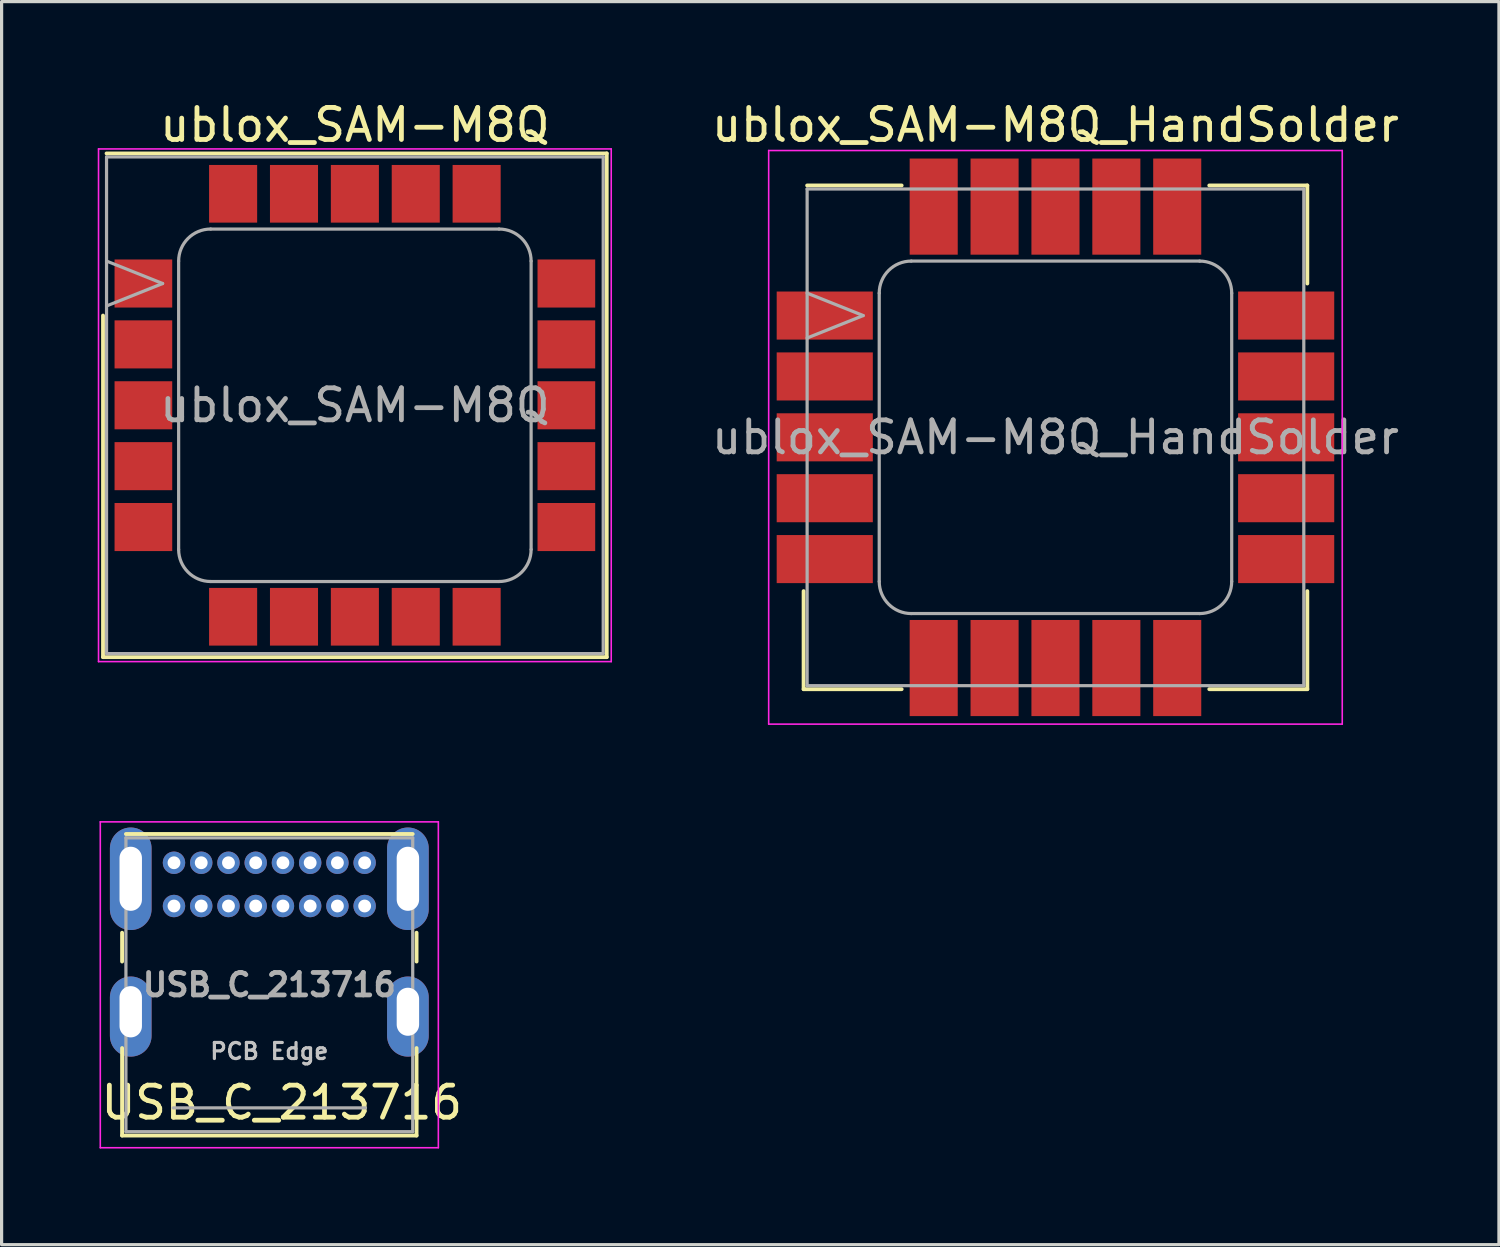
<source format=kicad_pcb>
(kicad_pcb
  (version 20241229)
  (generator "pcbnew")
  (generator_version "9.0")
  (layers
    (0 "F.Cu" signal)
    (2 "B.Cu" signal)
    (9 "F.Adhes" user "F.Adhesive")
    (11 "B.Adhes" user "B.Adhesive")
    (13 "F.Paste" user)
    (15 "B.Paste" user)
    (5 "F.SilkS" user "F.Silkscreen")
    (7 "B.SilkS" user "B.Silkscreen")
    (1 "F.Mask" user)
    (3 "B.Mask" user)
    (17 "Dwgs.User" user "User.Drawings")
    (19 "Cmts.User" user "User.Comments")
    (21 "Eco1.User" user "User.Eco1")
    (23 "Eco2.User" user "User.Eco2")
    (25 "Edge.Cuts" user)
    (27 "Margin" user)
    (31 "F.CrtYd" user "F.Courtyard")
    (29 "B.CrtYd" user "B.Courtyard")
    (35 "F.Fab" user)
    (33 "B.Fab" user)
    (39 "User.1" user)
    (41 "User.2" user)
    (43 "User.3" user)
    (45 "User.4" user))
  (footprint "ublox_SAM-M8Q_HandSolder"
    (layer "F.Cu")
    (at 29.889 10.598)
    (property "Reference" "ublox_SAM-M8Q_HandSolder" (at 0 -9.75 0) (layer "F.SilkS") (effects (font (size 1 1) (thickness 0.15))))
    (attr smd)
    (fp_line (start -7.86 4.8) (end -7.86 7.86) (stroke (width 0.12) (type solid)) (layer "F.SilkS"))
    (fp_line (start -7.86 7.86) (end -4.8 7.86) (stroke (width 0.12) (type solid)) (layer "F.SilkS"))
    (fp_line (start -7.75 -7.86) (end -4.8 -7.86) (stroke (width 0.12) (type solid)) (layer "F.SilkS"))
    (fp_line (start 4.8 -7.86) (end 7.86 -7.86) (stroke (width 0.12) (type solid)) (layer "F.SilkS"))
    (fp_line (start 4.8 7.86) (end 7.86 7.86) (stroke (width 0.12) (type solid)) (layer "F.SilkS"))
    (fp_line (start 7.86 -7.86) (end 7.86 -4.8) (stroke (width 0.12) (type solid)) (layer "F.SilkS"))
    (fp_line (start 7.86 4.8) (end 7.86 7.86) (stroke (width 0.12) (type solid)) (layer "F.SilkS"))
    (fp_line (start -8.95 -8.95) (end -8.95 8.95) (stroke (width 0.05) (type solid)) (layer "F.CrtYd"))
    (fp_line (start -8.95 8.95) (end 8.95 8.95) (stroke (width 0.05) (type solid)) (layer "F.CrtYd"))
    (fp_line (start 8.95 -8.95) (end -8.95 -8.95) (stroke (width 0.05) (type solid)) (layer "F.CrtYd"))
    (fp_line (start 8.95 8.95) (end 8.95 -8.95) (stroke (width 0.05) (type solid)) (layer "F.CrtYd"))
    (fp_line (start -7.75 -7.75) (end 7.75 -7.75) (stroke (width 0.1) (type solid)) (layer "F.Fab"))
    (fp_line (start -7.75 7.75) (end -7.75 -7.75) (stroke (width 0.1) (type solid)) (layer "F.Fab"))
    (fp_line (start -6 -3.8) (end -7.75 -4.5) (stroke (width 0.1) (type solid)) (layer "F.Fab"))
    (fp_line (start -6 -3.8) (end -7.75 -3.1) (stroke (width 0.1) (type solid)) (layer "F.Fab"))
    (fp_line (start -5.5 -4.5) (end -5.5 4.5) (stroke (width 0.1) (type solid)) (layer "F.Fab"))
    (fp_line (start -4.5 5.5) (end 4.5 5.5) (stroke (width 0.1) (type solid)) (layer "F.Fab"))
    (fp_line (start 4.5 -5.5) (end -4.5 -5.5) (stroke (width 0.1) (type solid)) (layer "F.Fab"))
    (fp_line (start 5.5 4.5) (end 5.5 -4.5) (stroke (width 0.1) (type solid)) (layer "F.Fab"))
    (fp_line (start 7.75 -7.75) (end 7.75 7.75) (stroke (width 0.1) (type solid)) (layer "F.Fab"))
    (fp_line (start 7.75 7.75) (end -7.75 7.75) (stroke (width 0.1) (type solid)) (layer "F.Fab"))
    (fp_arc (start -5.5 -4.5) (mid -5.207107 -5.207107) (end -4.5 -5.5) (stroke (width 0.1) (type solid)) (layer "F.Fab"))
    (fp_arc (start -4.5 5.5) (mid -5.207107 5.207107) (end -5.5 4.5) (stroke (width 0.1) (type solid)) (layer "F.Fab"))
    (fp_arc (start 4.5 -5.5) (mid 5.207107 -5.207107) (end 5.5 -4.5) (stroke (width 0.1) (type solid)) (layer "F.Fab"))
    (fp_arc (start 5.5 4.5) (mid 5.207107 5.207107) (end 4.5 5.5) (stroke (width 0.1) (type solid)) (layer "F.Fab"))
    (fp_text user "${REFERENCE}" (at 0 0 0) (layer "F.Fab") (effects (font (size 1 1) (thickness 0.15))))
    (pad "1" smd rect (at -7.2 -3.8) (size 3 1.5) (layers "F.Cu" "F.Mask" "F.Paste"))
    (pad "2" smd rect (at -7.2 -1.9) (size 3 1.5) (layers "F.Cu" "F.Mask" "F.Paste"))
    (pad "3" smd rect (at -7.2 0) (size 3 1.5) (layers "F.Cu" "F.Mask" "F.Paste"))
    (pad "4" smd rect (at -7.2 1.9) (size 3 1.5) (layers "F.Cu" "F.Mask" "F.Paste"))
    (pad "5" smd rect (at -7.2 3.8) (size 3 1.5) (layers "F.Cu" "F.Mask" "F.Paste"))
    (pad "6" smd rect (at -3.8 7.2) (size 1.5 3) (layers "F.Cu" "F.Mask" "F.Paste"))
    (pad "7" smd rect (at -1.9 7.2) (size 1.5 3) (layers "F.Cu" "F.Mask" "F.Paste"))
    (pad "8" smd rect (at 0 7.2) (size 1.5 3) (layers "F.Cu" "F.Mask" "F.Paste"))
    (pad "9" smd rect (at 1.9 7.2) (size 1.5 3) (layers "F.Cu" "F.Mask" "F.Paste"))
    (pad "10" smd rect (at 3.8 7.2) (size 1.5 3) (layers "F.Cu" "F.Mask" "F.Paste"))
    (pad "11" smd rect (at 7.2 3.8) (size 3 1.5) (layers "F.Cu" "F.Mask" "F.Paste"))
    (pad "12" smd rect (at 7.2 1.9) (size 3 1.5) (layers "F.Cu" "F.Mask" "F.Paste"))
    (pad "13" smd rect (at 7.2 0) (size 3 1.5) (layers "F.Cu" "F.Mask" "F.Paste"))
    (pad "14" smd rect (at 7.2 -1.9) (size 3 1.5) (layers "F.Cu" "F.Mask" "F.Paste"))
    (pad "15" smd rect (at 7.2 -3.8) (size 3 1.5) (layers "F.Cu" "F.Mask" "F.Paste"))
    (pad "16" smd rect (at 3.8 -7.2) (size 1.5 3) (layers "F.Cu" "F.Mask" "F.Paste"))
    (pad "17" smd rect (at 1.9 -7.2) (size 1.5 3) (layers "F.Cu" "F.Mask" "F.Paste"))
    (pad "18" smd rect (at 0 -7.2) (size 1.5 3) (layers "F.Cu" "F.Mask" "F.Paste"))
    (pad "19" smd rect (at -1.9 -7.2) (size 1.5 3) (layers "F.Cu" "F.Mask" "F.Paste"))
    (pad "20" smd rect (at -3.8 -7.2) (size 1.5 3) (layers "F.Cu" "F.Mask" "F.Paste")))
  (footprint "ublox_SAM-M8Q"
    (layer "F.Cu")
    (at 8.025 9.598)
    (property "Reference" "ublox_SAM-M8Q" (at 0 -8.75 0) (layer "F.SilkS") (effects (font (size 1 1) (thickness 0.15))))
    (attr smd)
    (fp_line (start -7.86 -2.8) (end -7.86 7.86) (stroke (width 0.12) (type solid)) (layer "F.SilkS"))
    (fp_line (start -7.86 7.86) (end 7.86 7.86) (stroke (width 0.12) (type solid)) (layer "F.SilkS"))
    (fp_line (start -7.75 -7.86) (end 7.86 -7.86) (stroke (width 0.12) (type solid)) (layer "F.SilkS"))
    (fp_line (start 7.86 -7.86) (end 7.86 7.86) (stroke (width 0.12) (type solid)) (layer "F.SilkS"))
    (fp_line (start -8 -8) (end -8 8) (stroke (width 0.05) (type solid)) (layer "F.CrtYd"))
    (fp_line (start -8 8) (end 8 8) (stroke (width 0.05) (type solid)) (layer "F.CrtYd"))
    (fp_line (start 8 -8) (end -8 -8) (stroke (width 0.05) (type solid)) (layer "F.CrtYd"))
    (fp_line (start 8 8) (end 8 -8) (stroke (width 0.05) (type solid)) (layer "F.CrtYd"))
    (fp_line (start -7.75 -7.75) (end -7.75 7.75) (stroke (width 0.1) (type solid)) (layer "F.Fab"))
    (fp_line (start -7.75 7.75) (end 7.75 7.75) (stroke (width 0.1) (type solid)) (layer "F.Fab"))
    (fp_line (start -6 -3.8) (end -7.75 -4.5) (stroke (width 0.1) (type solid)) (layer "F.Fab"))
    (fp_line (start -6 -3.8) (end -7.75 -3.1) (stroke (width 0.1) (type solid)) (layer "F.Fab"))
    (fp_line (start -5.5 -4.5) (end -5.5 4.5) (stroke (width 0.1) (type solid)) (layer "F.Fab"))
    (fp_line (start -4.5 5.5) (end 4.5 5.5) (stroke (width 0.1) (type solid)) (layer "F.Fab"))
    (fp_line (start 4.5 -5.5) (end -4.5 -5.5) (stroke (width 0.1) (type solid)) (layer "F.Fab"))
    (fp_line (start 5.5 4.5) (end 5.5 -4.5) (stroke (width 0.1) (type solid)) (layer "F.Fab"))
    (fp_line (start 7.75 -7.75) (end -7.75 -7.75) (stroke (width 0.1) (type solid)) (layer "F.Fab"))
    (fp_line (start 7.75 7.75) (end 7.75 -7.75) (stroke (width 0.1) (type solid)) (layer "F.Fab"))
    (fp_arc (start -5.5 -4.5) (mid -5.207107 -5.207107) (end -4.5 -5.5) (stroke (width 0.1) (type solid)) (layer "F.Fab"))
    (fp_arc (start -4.5 5.5) (mid -5.207107 5.207107) (end -5.5 4.5) (stroke (width 0.1) (type solid)) (layer "F.Fab"))
    (fp_arc (start 4.5 -5.5) (mid 5.207107 -5.207107) (end 5.5 -4.5) (stroke (width 0.1) (type solid)) (layer "F.Fab"))
    (fp_arc (start 5.5 4.5) (mid 5.207107 5.207107) (end 4.5 5.5) (stroke (width 0.1) (type solid)) (layer "F.Fab"))
    (fp_text user "${REFERENCE}" (at 0 0 0) (layer "F.Fab") (effects (font (size 1 1) (thickness 0.15))))
    (pad "" smd rect (at -7.1 -4.225) (size 0.72 0.58) (layers "F.Paste"))
    (pad "" smd rect (at -7.1 -3.375) (size 0.72 0.58) (layers "F.Paste"))
    (pad "" smd rect (at -7.1 -2.325) (size 0.72 0.58) (layers "F.Paste"))
    (pad "" smd rect (at -7.1 -1.475) (size 0.72 0.58) (layers "F.Paste"))
    (pad "" smd rect (at -7.1 -0.425) (size 0.72 0.58) (layers "F.Paste"))
    (pad "" smd rect (at -7.1 0.425) (size 0.72 0.58) (layers "F.Paste"))
    (pad "" smd rect (at -7.1 1.475) (size 0.72 0.58) (layers "F.Paste"))
    (pad "" smd rect (at -7.1 2.325) (size 0.72 0.58) (layers "F.Paste"))
    (pad "" smd rect (at -7.1 3.375) (size 0.72 0.58) (layers "F.Paste"))
    (pad "" smd rect (at -7.1 4.225) (size 0.72 0.58) (layers "F.Paste"))
    (pad "" smd rect (at -6.1 -4.225) (size 0.72 0.58) (layers "F.Paste"))
    (pad "" smd rect (at -6.1 -3.375) (size 0.72 0.58) (layers "F.Paste"))
    (pad "" smd rect (at -6.1 -2.325) (size 0.72 0.58) (layers "F.Paste"))
    (pad "" smd rect (at -6.1 -1.475) (size 0.72 0.58) (layers "F.Paste"))
    (pad "" smd rect (at -6.1 -0.425) (size 0.72 0.58) (layers "F.Paste"))
    (pad "" smd rect (at -6.1 0.425) (size 0.72 0.58) (layers "F.Paste"))
    (pad "" smd rect (at -6.1 1.475) (size 0.72 0.58) (layers "F.Paste"))
    (pad "" smd rect (at -6.1 2.325) (size 0.72 0.58) (layers "F.Paste"))
    (pad "" smd rect (at -6.1 3.375) (size 0.72 0.58) (layers "F.Paste"))
    (pad "" smd rect (at -6.1 4.225) (size 0.72 0.58) (layers "F.Paste"))
    (pad "" smd rect (at -4.225 -7.1) (size 0.58 0.72) (layers "F.Paste"))
    (pad "" smd rect (at -4.225 -6.1) (size 0.58 0.72) (layers "F.Paste"))
    (pad "" smd rect (at -4.225 6.1) (size 0.58 0.72) (layers "F.Paste"))
    (pad "" smd rect (at -4.225 7.1) (size 0.58 0.72) (layers "F.Paste"))
    (pad "" smd rect (at -3.375 -7.1) (size 0.58 0.72) (layers "F.Paste"))
    (pad "" smd rect (at -3.375 -6.1) (size 0.58 0.72) (layers "F.Paste"))
    (pad "" smd rect (at -3.375 6.1) (size 0.58 0.72) (layers "F.Paste"))
    (pad "" smd rect (at -3.375 7.1) (size 0.58 0.72) (layers "F.Paste"))
    (pad "" smd rect (at -2.325 -7.1) (size 0.58 0.72) (layers "F.Paste"))
    (pad "" smd rect (at -2.325 -6.1) (size 0.58 0.72) (layers "F.Paste"))
    (pad "" smd rect (at -2.325 6.1) (size 0.58 0.72) (layers "F.Paste"))
    (pad "" smd rect (at -2.325 7.1) (size 0.58 0.72) (layers "F.Paste"))
    (pad "" smd rect (at -1.475 -7.1) (size 0.58 0.72) (layers "F.Paste"))
    (pad "" smd rect (at -1.475 -6.1) (size 0.58 0.72) (layers "F.Paste"))
    (pad "" smd rect (at -1.475 6.1) (size 0.58 0.72) (layers "F.Paste"))
    (pad "" smd rect (at -1.475 7.1) (size 0.58 0.72) (layers "F.Paste"))
    (pad "" smd rect (at -0.425 -7.1) (size 0.58 0.72) (layers "F.Paste"))
    (pad "" smd rect (at -0.425 -6.1) (size 0.58 0.72) (layers "F.Paste"))
    (pad "" smd rect (at -0.425 6.1) (size 0.58 0.72) (layers "F.Paste"))
    (pad "" smd rect (at -0.425 7.1) (size 0.58 0.72) (layers "F.Paste"))
    (pad "" smd rect (at 0.425 -7.1) (size 0.58 0.72) (layers "F.Paste"))
    (pad "" smd rect (at 0.425 -6.1) (size 0.58 0.72) (layers "F.Paste"))
    (pad "" smd rect (at 0.425 6.1) (size 0.58 0.72) (layers "F.Paste"))
    (pad "" smd rect (at 0.425 7.1) (size 0.58 0.72) (layers "F.Paste"))
    (pad "" smd rect (at 1.475 -7.1) (size 0.58 0.72) (layers "F.Paste"))
    (pad "" smd rect (at 1.475 -6.1) (size 0.58 0.72) (layers "F.Paste"))
    (pad "" smd rect (at 1.475 6.1) (size 0.58 0.72) (layers "F.Paste"))
    (pad "" smd rect (at 1.475 7.1) (size 0.58 0.72) (layers "F.Paste"))
    (pad "" smd rect (at 2.325 -7.1) (size 0.58 0.72) (layers "F.Paste"))
    (pad "" smd rect (at 2.325 -6.1) (size 0.58 0.72) (layers "F.Paste"))
    (pad "" smd rect (at 2.325 6.1) (size 0.58 0.72) (layers "F.Paste"))
    (pad "" smd rect (at 2.325 7.1) (size 0.58 0.72) (layers "F.Paste"))
    (pad "" smd rect (at 3.375 -7.1) (size 0.58 0.72) (layers "F.Paste"))
    (pad "" smd rect (at 3.375 -6.1) (size 0.58 0.72) (layers "F.Paste"))
    (pad "" smd rect (at 3.375 6.1) (size 0.58 0.72) (layers "F.Paste"))
    (pad "" smd rect (at 3.375 7.1) (size 0.58 0.72) (layers "F.Paste"))
    (pad "" smd rect (at 4.225 -7.1) (size 0.58 0.72) (layers "F.Paste"))
    (pad "" smd rect (at 4.225 -6.1) (size 0.58 0.72) (layers "F.Paste"))
    (pad "" smd rect (at 4.225 6.1) (size 0.58 0.72) (layers "F.Paste"))
    (pad "" smd rect (at 4.225 7.1) (size 0.58 0.72) (layers "F.Paste"))
    (pad "" smd rect (at 6.1 -4.225) (size 0.72 0.58) (layers "F.Paste"))
    (pad "" smd rect (at 6.1 -3.375) (size 0.72 0.58) (layers "F.Paste"))
    (pad "" smd rect (at 6.1 -2.325) (size 0.72 0.58) (layers "F.Paste"))
    (pad "" smd rect (at 6.1 -1.475) (size 0.72 0.58) (layers "F.Paste"))
    (pad "" smd rect (at 6.1 -0.425) (size 0.72 0.58) (layers "F.Paste"))
    (pad "" smd rect (at 6.1 0.425) (size 0.72 0.58) (layers "F.Paste"))
    (pad "" smd rect (at 6.1 1.475) (size 0.72 0.58) (layers "F.Paste"))
    (pad "" smd rect (at 6.1 2.325) (size 0.72 0.58) (layers "F.Paste"))
    (pad "" smd rect (at 6.1 3.375) (size 0.72 0.58) (layers "F.Paste"))
    (pad "" smd rect (at 6.1 4.225) (size 0.72 0.58) (layers "F.Paste"))
    (pad "" smd rect (at 7.1 -4.225) (size 0.72 0.58) (layers "F.Paste"))
    (pad "" smd rect (at 7.1 -3.375) (size 0.72 0.58) (layers "F.Paste"))
    (pad "" smd rect (at 7.1 -2.325) (size 0.72 0.58) (layers "F.Paste"))
    (pad "" smd rect (at 7.1 -1.475) (size 0.72 0.58) (layers "F.Paste"))
    (pad "" smd rect (at 7.1 -0.425) (size 0.72 0.58) (layers "F.Paste"))
    (pad "" smd rect (at 7.1 0.425) (size 0.72 0.58) (layers "F.Paste"))
    (pad "" smd rect (at 7.1 1.475) (size 0.72 0.58) (layers "F.Paste"))
    (pad "" smd rect (at 7.1 2.325) (size 0.72 0.58) (layers "F.Paste"))
    (pad "" smd rect (at 7.1 3.375) (size 0.72 0.58) (layers "F.Paste"))
    (pad "" smd rect (at 7.1 4.225) (size 0.72 0.58) (layers "F.Paste"))
    (pad "1" smd rect (at -6.6 -3.8) (size 1.8 1.5) (layers "F.Cu" "F.Mask"))
    (pad "2" smd rect (at -6.6 -1.9) (size 1.8 1.5) (layers "F.Cu" "F.Mask"))
    (pad "3" smd rect (at -6.6 0) (size 1.8 1.5) (layers "F.Cu" "F.Mask"))
    (pad "4" smd rect (at -6.6 1.9) (size 1.8 1.5) (layers "F.Cu" "F.Mask"))
    (pad "5" smd rect (at -6.6 3.8) (size 1.8 1.5) (layers "F.Cu" "F.Mask"))
    (pad "6" smd rect (at -3.8 6.6) (size 1.5 1.8) (layers "F.Cu" "F.Mask"))
    (pad "7" smd rect (at -1.9 6.6) (size 1.5 1.8) (layers "F.Cu" "F.Mask"))
    (pad "8" smd rect (at 0 6.6) (size 1.5 1.8) (layers "F.Cu" "F.Mask"))
    (pad "9" smd rect (at 1.9 6.6) (size 1.5 1.8) (layers "F.Cu" "F.Mask"))
    (pad "10" smd rect (at 3.8 6.6) (size 1.5 1.8) (layers "F.Cu" "F.Mask"))
    (pad "11" smd rect (at 6.6 3.8) (size 1.8 1.5) (layers "F.Cu" "F.Mask"))
    (pad "12" smd rect (at 6.6 1.9) (size 1.8 1.5) (layers "F.Cu" "F.Mask"))
    (pad "13" smd rect (at 6.6 0) (size 1.8 1.5) (layers "F.Cu" "F.Mask"))
    (pad "14" smd rect (at 6.6 -1.9) (size 1.8 1.5) (layers "F.Cu" "F.Mask"))
    (pad "15" smd rect (at 6.6 -3.8) (size 1.8 1.5) (layers "F.Cu" "F.Mask"))
    (pad "16" smd rect (at 3.8 -6.6) (size 1.5 1.8) (layers "F.Cu" "F.Mask"))
    (pad "17" smd rect (at 1.9 -6.6) (size 1.5 1.8) (layers "F.Cu" "F.Mask"))
    (pad "18" smd rect (at 0 -6.6) (size 1.5 1.8) (layers "F.Cu" "F.Mask"))
    (pad "19" smd rect (at -1.9 -6.6) (size 1.5 1.8) (layers "F.Cu" "F.Mask"))
    (pad "20" smd rect (at -3.8 -6.6) (size 1.5 1.8) (layers "F.Cu" "F.Mask")))
  (footprint "USB_C_213716"
    (layer "F.Cu")
    (at 5.363 24.375)
    (property "Reference" "USB_C_213716" (at 0.381 6.985 0) (unlocked yes) (layer "F.SilkS") (effects (font (size 1 1) (thickness 0.15))))
    (attr through_hole)
    (fp_line (start -4.603 1.683) (end -4.603 2.583) (stroke (width 0.12) (type solid)) (layer "F.SilkS"))
    (fp_line (start -4.603 5.283) (end -4.603 8.013) (stroke (width 0.12) (type solid)) (layer "F.SilkS"))
    (fp_line (start -4.603 8.013) (end 4.587 8.013) (stroke (width 0.12) (type solid)) (layer "F.SilkS"))
    (fp_line (start -4.483 -1.397) (end 4.467 -1.397) (stroke (width 0.12) (type solid)) (layer "F.SilkS"))
    (fp_line (start 4.587 1.683) (end 4.587 2.583) (stroke (width 0.12) (type solid)) (layer "F.SilkS"))
    (fp_line (start 4.587 5.283) (end 4.587 8.013) (stroke (width 0.12) (type solid)) (layer "F.SilkS"))
    (fp_line (start -5.283 -1.777) (end -5.283 8.393) (stroke (width 0.05) (type solid)) (layer "F.CrtYd"))
    (fp_line (start -5.283 -1.777) (end 5.267 -1.777) (stroke (width 0.05) (type solid)) (layer "F.CrtYd"))
    (fp_line (start -5.283 8.393) (end 5.267 8.393) (stroke (width 0.05) (type solid)) (layer "F.CrtYd"))
    (fp_line (start 5.267 -1.777) (end 5.267 8.393) (stroke (width 0.05) (type solid)) (layer "F.CrtYd"))
    (fp_line (start -4.483 -1.277) (end -4.483 7.893) (stroke (width 0.1) (type solid)) (layer "F.Fab"))
    (fp_line (start -4.483 -1.277) (end 4.467 -1.277) (stroke (width 0.1) (type solid)) (layer "F.Fab"))
    (fp_line (start -4.483 7.893) (end 4.467 7.893) (stroke (width 0.1) (type solid)) (layer "F.Fab"))
    (fp_line (start -3.008 7.15) (end 2.992 7.15) (stroke (width 0.1) (type solid)) (layer "F.Fab"))
    (fp_line (start 4.467 -1.277) (end 4.467 7.893) (stroke (width 0.1) (type solid)) (layer "F.Fab"))
    (fp_text user "PCB Edge" (at -0.008 5.383 180) (layer "Dwgs.User") (effects (font (size 0.5 0.5) (thickness 0.1))))
    (fp_text user "${REFERENCE}" (at -0.008 3.308 180) (layer "F.Fab") (effects (font (size 0.7 0.7) (thickness 0.15))))
    (pad "A1" thru_hole circle (at -2.983 -0.5) (size 0.7 0.7) (drill 0.4) (layers "*.Cu" "*.Mask"))
    (pad "A4" thru_hole circle (at -2.133 -0.5) (size 0.7 0.7) (drill 0.4) (layers "*.Cu" "*.Mask"))
    (pad "A5" thru_hole circle (at -1.283 -0.5) (size 0.7 0.7) (drill 0.4) (layers "*.Cu" "*.Mask"))
    (pad "A6" thru_hole circle (at -0.433 -0.5) (size 0.7 0.7) (drill 0.4) (layers "*.Cu" "*.Mask"))
    (pad "A7" thru_hole circle (at 0.417 -0.5) (size 0.7 0.7) (drill 0.4) (layers "*.Cu" "*.Mask"))
    (pad "A8" thru_hole circle (at 1.267 -0.5) (size 0.7 0.7) (drill 0.4) (layers "*.Cu" "*.Mask"))
    (pad "A9" thru_hole circle (at 2.117 -0.5) (size 0.7 0.7) (drill 0.4) (layers "*.Cu" "*.Mask"))
    (pad "A12" thru_hole circle (at 2.967 -0.5) (size 0.7 0.7) (drill 0.4) (layers "*.Cu" "*.Mask"))
    (pad "B1" thru_hole circle (at 2.967 0.85) (size 0.7 0.7) (drill 0.4) (layers "*.Cu" "*.Mask"))
    (pad "B4" thru_hole circle (at 2.117 0.85) (size 0.7 0.7) (drill 0.4) (layers "*.Cu" "*.Mask"))
    (pad "B5" thru_hole circle (at 1.267 0.85) (size 0.7 0.7) (drill 0.4) (layers "*.Cu" "*.Mask"))
    (pad "B6" thru_hole circle (at 0.417 0.85) (size 0.7 0.7) (drill 0.4) (layers "*.Cu" "*.Mask"))
    (pad "B7" thru_hole circle (at -0.433 0.85) (size 0.7 0.7) (drill 0.4) (layers "*.Cu" "*.Mask"))
    (pad "B8" thru_hole circle (at -1.283 0.85) (size 0.7 0.7) (drill 0.4) (layers "*.Cu" "*.Mask"))
    (pad "B9" thru_hole circle (at -2.133 0.85) (size 0.7 0.7) (drill 0.4) (layers "*.Cu" "*.Mask"))
    (pad "B12" thru_hole circle (at -2.983 0.85) (size 0.7 0.7) (drill 0.4) (layers "*.Cu" "*.Mask"))
    (pad "S1" thru_hole oval (at -4.333 0) (size 1.3 3.2) (drill oval 0.7 2) (layers "*.Cu" "*.Mask"))
    (pad "S1" thru_hole oval (at -4.333 4.15) (size 1.3 2.5) (drill oval 0.7 1.6 (offset 0 0.15)) (layers "*.Cu" "*.Mask"))
    (pad "S1" thru_hole oval (at 4.317 0) (size 1.3 3.2) (drill oval 0.7 2) (layers "*.Cu" "*.Mask"))
    (pad "S1" thru_hole oval (at 4.317 4.15) (size 1.3 2.5) (drill oval 0.7 1.5 (offset 0 0.15)) (layers "*.Cu" "*.Mask")))
  (gr_rect
    (start -3 -3)
    (end 43.729 35.793)
    (stroke (width 0.1) (type default))
    (fill no)
    (layer "Edge.Cuts")))
</source>
